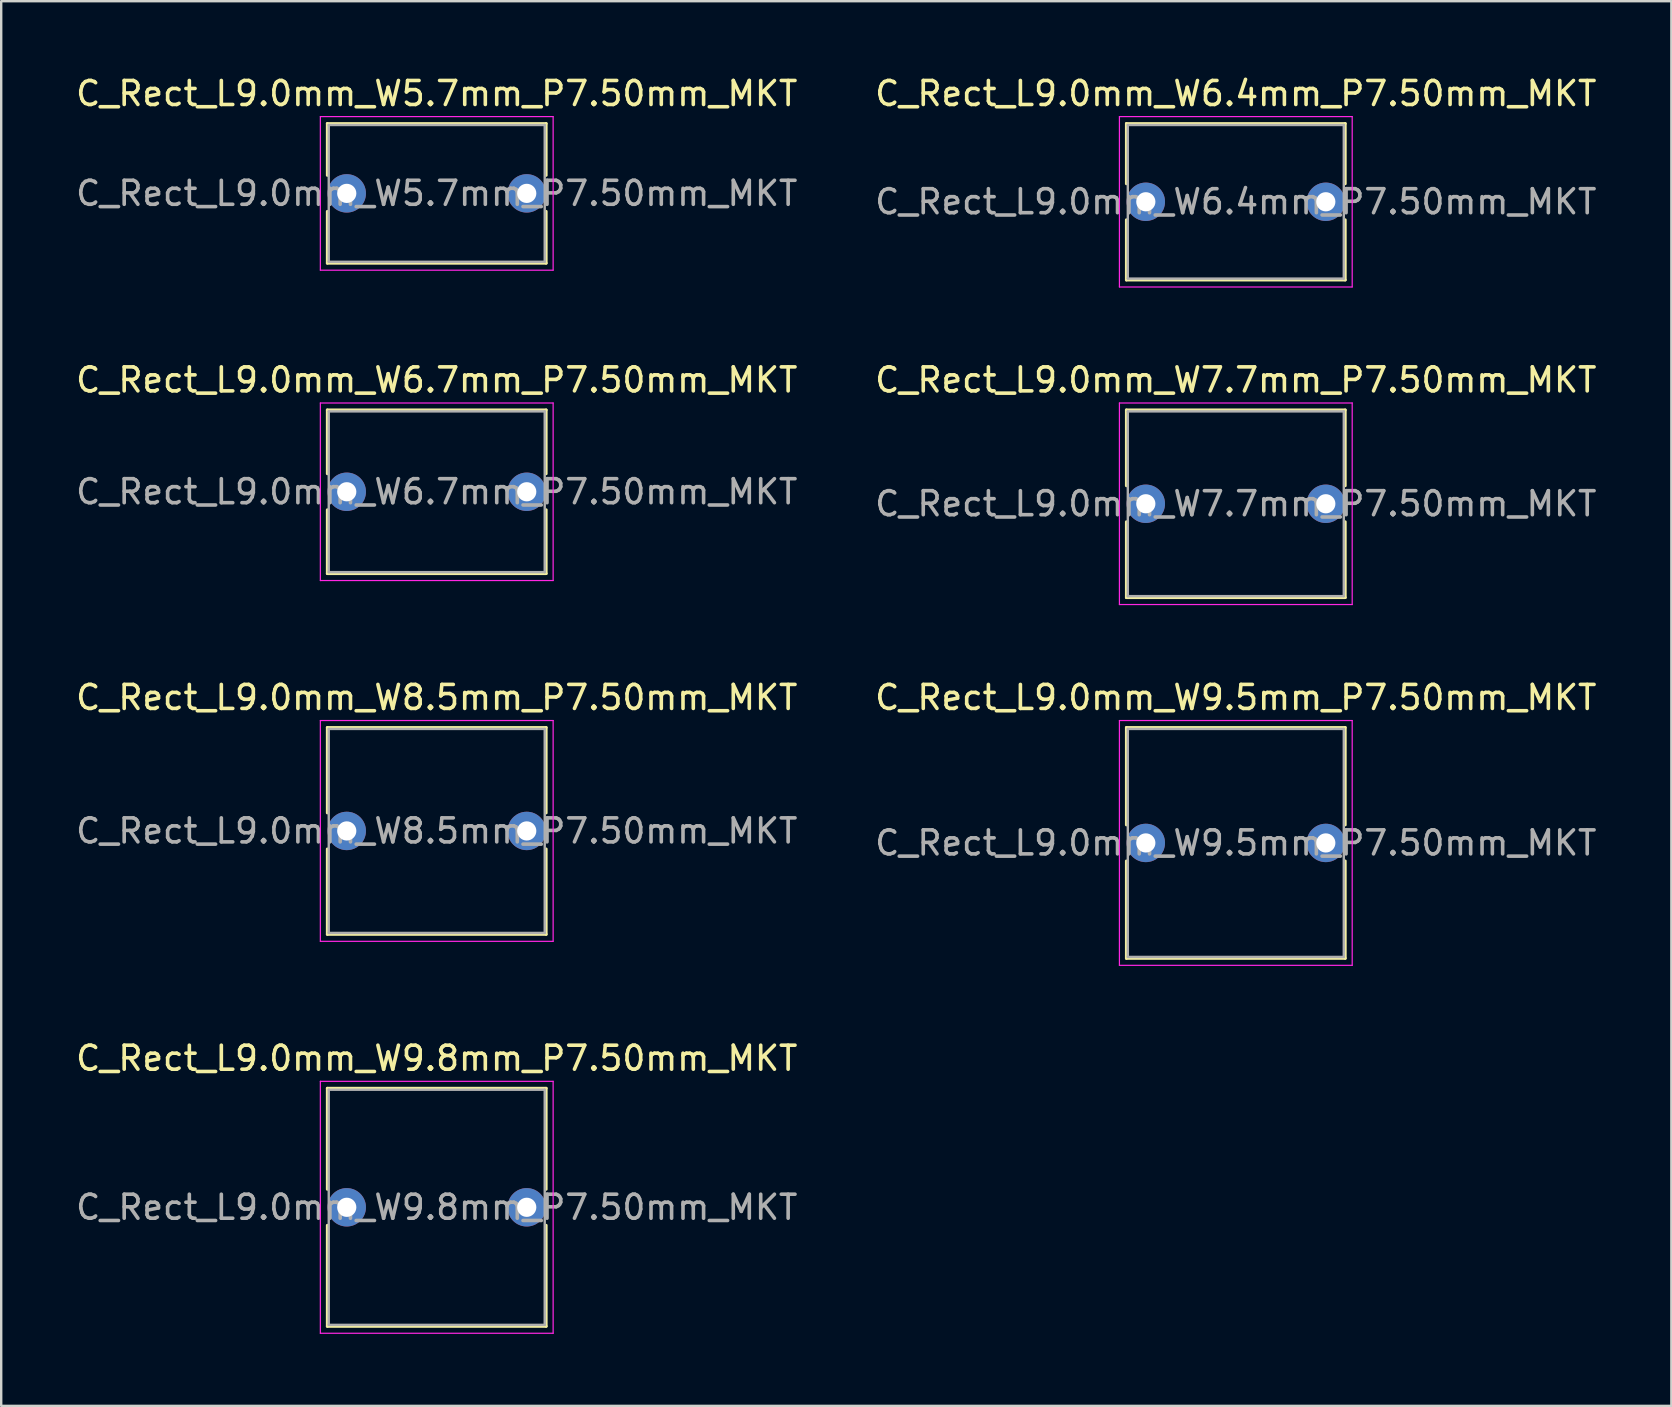
<source format=kicad_pcb>
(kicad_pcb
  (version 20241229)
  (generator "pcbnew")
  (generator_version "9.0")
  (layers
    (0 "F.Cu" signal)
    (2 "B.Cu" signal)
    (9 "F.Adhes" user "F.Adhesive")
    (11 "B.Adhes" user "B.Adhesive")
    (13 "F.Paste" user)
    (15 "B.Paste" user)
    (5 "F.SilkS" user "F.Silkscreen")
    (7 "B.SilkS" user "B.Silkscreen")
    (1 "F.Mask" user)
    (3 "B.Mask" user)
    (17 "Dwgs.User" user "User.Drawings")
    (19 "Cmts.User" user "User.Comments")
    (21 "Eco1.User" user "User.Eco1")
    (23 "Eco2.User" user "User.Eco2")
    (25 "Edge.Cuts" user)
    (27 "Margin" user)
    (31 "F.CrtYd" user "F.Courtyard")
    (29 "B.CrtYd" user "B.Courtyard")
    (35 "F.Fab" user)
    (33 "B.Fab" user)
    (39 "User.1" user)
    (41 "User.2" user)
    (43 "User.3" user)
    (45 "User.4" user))
  (footprint "C_Rect_L9.0mm_W5.7mm_P7.50mm_MKT"
    (layer "F.Cu")
    (at 11.399 5.008)
    (property "Reference" "C_Rect_L9.0mm_W5.7mm_P7.50mm_MKT" (at 3.75 -4.16 0) (layer "F.SilkS") (effects (font (size 1 1) (thickness 0.15))))
    (attr through_hole)
    (fp_line (start -0.81 -2.91) (end -0.81 -0.75) (stroke (width 0.12) (type solid)) (layer "F.SilkS"))
    (fp_line (start -0.81 -2.91) (end 8.31 -2.91) (stroke (width 0.12) (type solid)) (layer "F.SilkS"))
    (fp_line (start -0.81 0.75) (end -0.81 2.91) (stroke (width 0.12) (type solid)) (layer "F.SilkS"))
    (fp_line (start -0.81 2.91) (end 8.31 2.91) (stroke (width 0.12) (type solid)) (layer "F.SilkS"))
    (fp_line (start 8.31 -2.91) (end 8.31 -0.75) (stroke (width 0.12) (type solid)) (layer "F.SilkS"))
    (fp_line (start 8.31 0.75) (end 8.31 2.91) (stroke (width 0.12) (type solid)) (layer "F.SilkS"))
    (fp_line (start -1.1 -3.2) (end -1.1 3.2) (stroke (width 0.05) (type solid)) (layer "F.CrtYd"))
    (fp_line (start -1.1 3.2) (end 8.6 3.2) (stroke (width 0.05) (type solid)) (layer "F.CrtYd"))
    (fp_line (start 8.6 -3.2) (end -1.1 -3.2) (stroke (width 0.05) (type solid)) (layer "F.CrtYd"))
    (fp_line (start 8.6 3.2) (end 8.6 -3.2) (stroke (width 0.05) (type solid)) (layer "F.CrtYd"))
    (fp_line (start -0.75 -2.85) (end -0.75 2.85) (stroke (width 0.1) (type solid)) (layer "F.Fab"))
    (fp_line (start -0.75 2.85) (end 8.25 2.85) (stroke (width 0.1) (type solid)) (layer "F.Fab"))
    (fp_line (start 8.25 -2.85) (end -0.75 -2.85) (stroke (width 0.1) (type solid)) (layer "F.Fab"))
    (fp_line (start 8.25 2.85) (end 8.25 -2.85) (stroke (width 0.1) (type solid)) (layer "F.Fab"))
    (fp_text user "${REFERENCE}" (at 3.75 0 0) (layer "F.Fab") (effects (font (size 1 1) (thickness 0.15))))
    (pad "1" thru_hole circle (at 0 0) (size 1.6 1.6) (drill 0.8) (layers "*.Cu" "*.Mask"))
    (pad "2" thru_hole circle (at 7.5 0) (size 1.6 1.6) (drill 0.8) (layers "*.Cu" "*.Mask")))
  (footprint "C_Rect_L9.0mm_W6.7mm_P7.50mm_MKT"
    (layer "F.Cu")
    (at 11.399 17.442)
    (property "Reference" "C_Rect_L9.0mm_W6.7mm_P7.50mm_MKT" (at 3.75 -4.66 0) (layer "F.SilkS") (effects (font (size 1 1) (thickness 0.15))))
    (attr through_hole)
    (fp_line (start -0.81 -3.41) (end -0.81 -0.75) (stroke (width 0.12) (type solid)) (layer "F.SilkS"))
    (fp_line (start -0.81 -3.41) (end 8.31 -3.41) (stroke (width 0.12) (type solid)) (layer "F.SilkS"))
    (fp_line (start -0.81 0.75) (end -0.81 3.41) (stroke (width 0.12) (type solid)) (layer "F.SilkS"))
    (fp_line (start -0.81 3.41) (end 8.31 3.41) (stroke (width 0.12) (type solid)) (layer "F.SilkS"))
    (fp_line (start 8.31 -3.41) (end 8.31 -0.75) (stroke (width 0.12) (type solid)) (layer "F.SilkS"))
    (fp_line (start 8.31 0.75) (end 8.31 3.41) (stroke (width 0.12) (type solid)) (layer "F.SilkS"))
    (fp_line (start -1.1 -3.7) (end -1.1 3.7) (stroke (width 0.05) (type solid)) (layer "F.CrtYd"))
    (fp_line (start -1.1 3.7) (end 8.6 3.7) (stroke (width 0.05) (type solid)) (layer "F.CrtYd"))
    (fp_line (start 8.6 -3.7) (end -1.1 -3.7) (stroke (width 0.05) (type solid)) (layer "F.CrtYd"))
    (fp_line (start 8.6 3.7) (end 8.6 -3.7) (stroke (width 0.05) (type solid)) (layer "F.CrtYd"))
    (fp_line (start -0.75 -3.35) (end -0.75 3.35) (stroke (width 0.1) (type solid)) (layer "F.Fab"))
    (fp_line (start -0.75 3.35) (end 8.25 3.35) (stroke (width 0.1) (type solid)) (layer "F.Fab"))
    (fp_line (start 8.25 -3.35) (end -0.75 -3.35) (stroke (width 0.1) (type solid)) (layer "F.Fab"))
    (fp_line (start 8.25 3.35) (end 8.25 -3.35) (stroke (width 0.1) (type solid)) (layer "F.Fab"))
    (fp_text user "${REFERENCE}" (at 3.75 0 0) (layer "F.Fab") (effects (font (size 1 1) (thickness 0.15))))
    (pad "1" thru_hole circle (at 0 0) (size 1.6 1.6) (drill 0.8) (layers "*.Cu" "*.Mask"))
    (pad "2" thru_hole circle (at 7.5 0) (size 1.6 1.6) (drill 0.8) (layers "*.Cu" "*.Mask")))
  (footprint "C_Rect_L9.0mm_W9.5mm_P7.50mm_MKT"
    (layer "F.Cu")
    (at 44.696 32.075)
    (property "Reference" "C_Rect_L9.0mm_W9.5mm_P7.50mm_MKT" (at 3.75 -6.06 0) (layer "F.SilkS") (effects (font (size 1 1) (thickness 0.15))))
    (attr through_hole)
    (fp_line (start -0.81 -4.81) (end -0.81 -0.75) (stroke (width 0.12) (type solid)) (layer "F.SilkS"))
    (fp_line (start -0.81 -4.81) (end 8.31 -4.81) (stroke (width 0.12) (type solid)) (layer "F.SilkS"))
    (fp_line (start -0.81 0.75) (end -0.81 4.81) (stroke (width 0.12) (type solid)) (layer "F.SilkS"))
    (fp_line (start -0.81 4.81) (end 8.31 4.81) (stroke (width 0.12) (type solid)) (layer "F.SilkS"))
    (fp_line (start 8.31 -4.81) (end 8.31 -0.75) (stroke (width 0.12) (type solid)) (layer "F.SilkS"))
    (fp_line (start 8.31 0.75) (end 8.31 4.81) (stroke (width 0.12) (type solid)) (layer "F.SilkS"))
    (fp_line (start -1.1 -5.1) (end -1.1 5.1) (stroke (width 0.05) (type solid)) (layer "F.CrtYd"))
    (fp_line (start -1.1 5.1) (end 8.6 5.1) (stroke (width 0.05) (type solid)) (layer "F.CrtYd"))
    (fp_line (start 8.6 -5.1) (end -1.1 -5.1) (stroke (width 0.05) (type solid)) (layer "F.CrtYd"))
    (fp_line (start 8.6 5.1) (end 8.6 -5.1) (stroke (width 0.05) (type solid)) (layer "F.CrtYd"))
    (fp_line (start -0.75 -4.75) (end -0.75 4.75) (stroke (width 0.1) (type solid)) (layer "F.Fab"))
    (fp_line (start -0.75 4.75) (end 8.25 4.75) (stroke (width 0.1) (type solid)) (layer "F.Fab"))
    (fp_line (start 8.25 -4.75) (end -0.75 -4.75) (stroke (width 0.1) (type solid)) (layer "F.Fab"))
    (fp_line (start 8.25 4.75) (end 8.25 -4.75) (stroke (width 0.1) (type solid)) (layer "F.Fab"))
    (fp_text user "${REFERENCE}" (at 3.75 0 0) (layer "F.Fab") (effects (font (size 1 1) (thickness 0.15))))
    (pad "1" thru_hole circle (at 0 0) (size 1.6 1.6) (drill 0.8) (layers "*.Cu" "*.Mask"))
    (pad "2" thru_hole circle (at 7.5 0) (size 1.6 1.6) (drill 0.8) (layers "*.Cu" "*.Mask")))
  (footprint "C_Rect_L9.0mm_W8.5mm_P7.50mm_MKT"
    (layer "F.Cu")
    (at 11.399 31.575)
    (property "Reference" "C_Rect_L9.0mm_W8.5mm_P7.50mm_MKT" (at 3.75 -5.56 0) (layer "F.SilkS") (effects (font (size 1 1) (thickness 0.15))))
    (attr through_hole)
    (fp_line (start -0.81 -4.31) (end -0.81 -0.75) (stroke (width 0.12) (type solid)) (layer "F.SilkS"))
    (fp_line (start -0.81 -4.31) (end 8.31 -4.31) (stroke (width 0.12) (type solid)) (layer "F.SilkS"))
    (fp_line (start -0.81 0.75) (end -0.81 4.31) (stroke (width 0.12) (type solid)) (layer "F.SilkS"))
    (fp_line (start -0.81 4.31) (end 8.31 4.31) (stroke (width 0.12) (type solid)) (layer "F.SilkS"))
    (fp_line (start 8.31 -4.31) (end 8.31 -0.75) (stroke (width 0.12) (type solid)) (layer "F.SilkS"))
    (fp_line (start 8.31 0.75) (end 8.31 4.31) (stroke (width 0.12) (type solid)) (layer "F.SilkS"))
    (fp_line (start -1.1 -4.6) (end -1.1 4.6) (stroke (width 0.05) (type solid)) (layer "F.CrtYd"))
    (fp_line (start -1.1 4.6) (end 8.6 4.6) (stroke (width 0.05) (type solid)) (layer "F.CrtYd"))
    (fp_line (start 8.6 -4.6) (end -1.1 -4.6) (stroke (width 0.05) (type solid)) (layer "F.CrtYd"))
    (fp_line (start 8.6 4.6) (end 8.6 -4.6) (stroke (width 0.05) (type solid)) (layer "F.CrtYd"))
    (fp_line (start -0.75 -4.25) (end -0.75 4.25) (stroke (width 0.1) (type solid)) (layer "F.Fab"))
    (fp_line (start -0.75 4.25) (end 8.25 4.25) (stroke (width 0.1) (type solid)) (layer "F.Fab"))
    (fp_line (start 8.25 -4.25) (end -0.75 -4.25) (stroke (width 0.1) (type solid)) (layer "F.Fab"))
    (fp_line (start 8.25 4.25) (end 8.25 -4.25) (stroke (width 0.1) (type solid)) (layer "F.Fab"))
    (fp_text user "${REFERENCE}" (at 3.75 0 0) (layer "F.Fab") (effects (font (size 1 1) (thickness 0.15))))
    (pad "1" thru_hole circle (at 0 0) (size 1.6 1.6) (drill 0.8) (layers "*.Cu" "*.Mask"))
    (pad "2" thru_hole circle (at 7.5 0) (size 1.6 1.6) (drill 0.8) (layers "*.Cu" "*.Mask")))
  (footprint "C_Rect_L9.0mm_W6.4mm_P7.50mm_MKT"
    (layer "F.Cu")
    (at 44.696 5.358)
    (property "Reference" "C_Rect_L9.0mm_W6.4mm_P7.50mm_MKT" (at 3.75 -4.51 0) (layer "F.SilkS") (effects (font (size 1 1) (thickness 0.15))))
    (attr through_hole)
    (fp_line (start -0.81 -3.26) (end -0.81 -0.75) (stroke (width 0.12) (type solid)) (layer "F.SilkS"))
    (fp_line (start -0.81 -3.26) (end 8.31 -3.26) (stroke (width 0.12) (type solid)) (layer "F.SilkS"))
    (fp_line (start -0.81 0.75) (end -0.81 3.26) (stroke (width 0.12) (type solid)) (layer "F.SilkS"))
    (fp_line (start -0.81 3.26) (end 8.31 3.26) (stroke (width 0.12) (type solid)) (layer "F.SilkS"))
    (fp_line (start 8.31 -3.26) (end 8.31 -0.75) (stroke (width 0.12) (type solid)) (layer "F.SilkS"))
    (fp_line (start 8.31 0.75) (end 8.31 3.26) (stroke (width 0.12) (type solid)) (layer "F.SilkS"))
    (fp_line (start -1.1 -3.55) (end -1.1 3.55) (stroke (width 0.05) (type solid)) (layer "F.CrtYd"))
    (fp_line (start -1.1 3.55) (end 8.6 3.55) (stroke (width 0.05) (type solid)) (layer "F.CrtYd"))
    (fp_line (start 8.6 -3.55) (end -1.1 -3.55) (stroke (width 0.05) (type solid)) (layer "F.CrtYd"))
    (fp_line (start 8.6 3.55) (end 8.6 -3.55) (stroke (width 0.05) (type solid)) (layer "F.CrtYd"))
    (fp_line (start -0.75 -3.2) (end -0.75 3.2) (stroke (width 0.1) (type solid)) (layer "F.Fab"))
    (fp_line (start -0.75 3.2) (end 8.25 3.2) (stroke (width 0.1) (type solid)) (layer "F.Fab"))
    (fp_line (start 8.25 -3.2) (end -0.75 -3.2) (stroke (width 0.1) (type solid)) (layer "F.Fab"))
    (fp_line (start 8.25 3.2) (end 8.25 -3.2) (stroke (width 0.1) (type solid)) (layer "F.Fab"))
    (fp_text user "${REFERENCE}" (at 3.75 0 0) (layer "F.Fab") (effects (font (size 1 1) (thickness 0.15))))
    (pad "1" thru_hole circle (at 0 0) (size 1.6 1.6) (drill 0.8) (layers "*.Cu" "*.Mask"))
    (pad "2" thru_hole circle (at 7.5 0) (size 1.6 1.6) (drill 0.8) (layers "*.Cu" "*.Mask")))
  (footprint "C_Rect_L9.0mm_W9.8mm_P7.50mm_MKT"
    (layer "F.Cu")
    (at 11.399 47.258)
    (property "Reference" "C_Rect_L9.0mm_W9.8mm_P7.50mm_MKT" (at 3.75 -6.21 0) (layer "F.SilkS") (effects (font (size 1 1) (thickness 0.15))))
    (attr through_hole)
    (fp_line (start -0.81 -4.96) (end -0.81 -0.75) (stroke (width 0.12) (type solid)) (layer "F.SilkS"))
    (fp_line (start -0.81 -4.96) (end 8.31 -4.96) (stroke (width 0.12) (type solid)) (layer "F.SilkS"))
    (fp_line (start -0.81 0.75) (end -0.81 4.96) (stroke (width 0.12) (type solid)) (layer "F.SilkS"))
    (fp_line (start -0.81 4.96) (end 8.31 4.96) (stroke (width 0.12) (type solid)) (layer "F.SilkS"))
    (fp_line (start 8.31 -4.96) (end 8.31 -0.75) (stroke (width 0.12) (type solid)) (layer "F.SilkS"))
    (fp_line (start 8.31 0.75) (end 8.31 4.96) (stroke (width 0.12) (type solid)) (layer "F.SilkS"))
    (fp_line (start -1.1 -5.25) (end -1.1 5.25) (stroke (width 0.05) (type solid)) (layer "F.CrtYd"))
    (fp_line (start -1.1 5.25) (end 8.6 5.25) (stroke (width 0.05) (type solid)) (layer "F.CrtYd"))
    (fp_line (start 8.6 -5.25) (end -1.1 -5.25) (stroke (width 0.05) (type solid)) (layer "F.CrtYd"))
    (fp_line (start 8.6 5.25) (end 8.6 -5.25) (stroke (width 0.05) (type solid)) (layer "F.CrtYd"))
    (fp_line (start -0.75 -4.9) (end -0.75 4.9) (stroke (width 0.1) (type solid)) (layer "F.Fab"))
    (fp_line (start -0.75 4.9) (end 8.25 4.9) (stroke (width 0.1) (type solid)) (layer "F.Fab"))
    (fp_line (start 8.25 -4.9) (end -0.75 -4.9) (stroke (width 0.1) (type solid)) (layer "F.Fab"))
    (fp_line (start 8.25 4.9) (end 8.25 -4.9) (stroke (width 0.1) (type solid)) (layer "F.Fab"))
    (fp_text user "${REFERENCE}" (at 3.75 0 0) (layer "F.Fab") (effects (font (size 1 1) (thickness 0.15))))
    (pad "1" thru_hole circle (at 0 0) (size 1.6 1.6) (drill 0.8) (layers "*.Cu" "*.Mask"))
    (pad "2" thru_hole circle (at 7.5 0) (size 1.6 1.6) (drill 0.8) (layers "*.Cu" "*.Mask")))
  (footprint "C_Rect_L9.0mm_W7.7mm_P7.50mm_MKT"
    (layer "F.Cu")
    (at 44.696 17.942)
    (property "Reference" "C_Rect_L9.0mm_W7.7mm_P7.50mm_MKT" (at 3.75 -5.16 0) (layer "F.SilkS") (effects (font (size 1 1) (thickness 0.15))))
    (attr through_hole)
    (fp_line (start -0.81 -3.91) (end -0.81 -0.75) (stroke (width 0.12) (type solid)) (layer "F.SilkS"))
    (fp_line (start -0.81 -3.91) (end 8.31 -3.91) (stroke (width 0.12) (type solid)) (layer "F.SilkS"))
    (fp_line (start -0.81 0.75) (end -0.81 3.91) (stroke (width 0.12) (type solid)) (layer "F.SilkS"))
    (fp_line (start -0.81 3.91) (end 8.31 3.91) (stroke (width 0.12) (type solid)) (layer "F.SilkS"))
    (fp_line (start 8.31 -3.91) (end 8.31 -0.75) (stroke (width 0.12) (type solid)) (layer "F.SilkS"))
    (fp_line (start 8.31 0.75) (end 8.31 3.91) (stroke (width 0.12) (type solid)) (layer "F.SilkS"))
    (fp_line (start -1.1 -4.2) (end -1.1 4.2) (stroke (width 0.05) (type solid)) (layer "F.CrtYd"))
    (fp_line (start -1.1 4.2) (end 8.6 4.2) (stroke (width 0.05) (type solid)) (layer "F.CrtYd"))
    (fp_line (start 8.6 -4.2) (end -1.1 -4.2) (stroke (width 0.05) (type solid)) (layer "F.CrtYd"))
    (fp_line (start 8.6 4.2) (end 8.6 -4.2) (stroke (width 0.05) (type solid)) (layer "F.CrtYd"))
    (fp_line (start -0.75 -3.85) (end -0.75 3.85) (stroke (width 0.1) (type solid)) (layer "F.Fab"))
    (fp_line (start -0.75 3.85) (end 8.25 3.85) (stroke (width 0.1) (type solid)) (layer "F.Fab"))
    (fp_line (start 8.25 -3.85) (end -0.75 -3.85) (stroke (width 0.1) (type solid)) (layer "F.Fab"))
    (fp_line (start 8.25 3.85) (end 8.25 -3.85) (stroke (width 0.1) (type solid)) (layer "F.Fab"))
    (fp_text user "${REFERENCE}" (at 3.75 0 0) (layer "F.Fab") (effects (font (size 1 1) (thickness 0.15))))
    (pad "1" thru_hole circle (at 0 0) (size 1.6 1.6) (drill 0.8) (layers "*.Cu" "*.Mask"))
    (pad "2" thru_hole circle (at 7.5 0) (size 1.6 1.6) (drill 0.8) (layers "*.Cu" "*.Mask")))
  (gr_rect
    (start -3 -3)
    (end 66.595 55.533)
    (stroke (width 0.1) (type default))
    (fill no)
    (layer "Edge.Cuts")))
</source>
